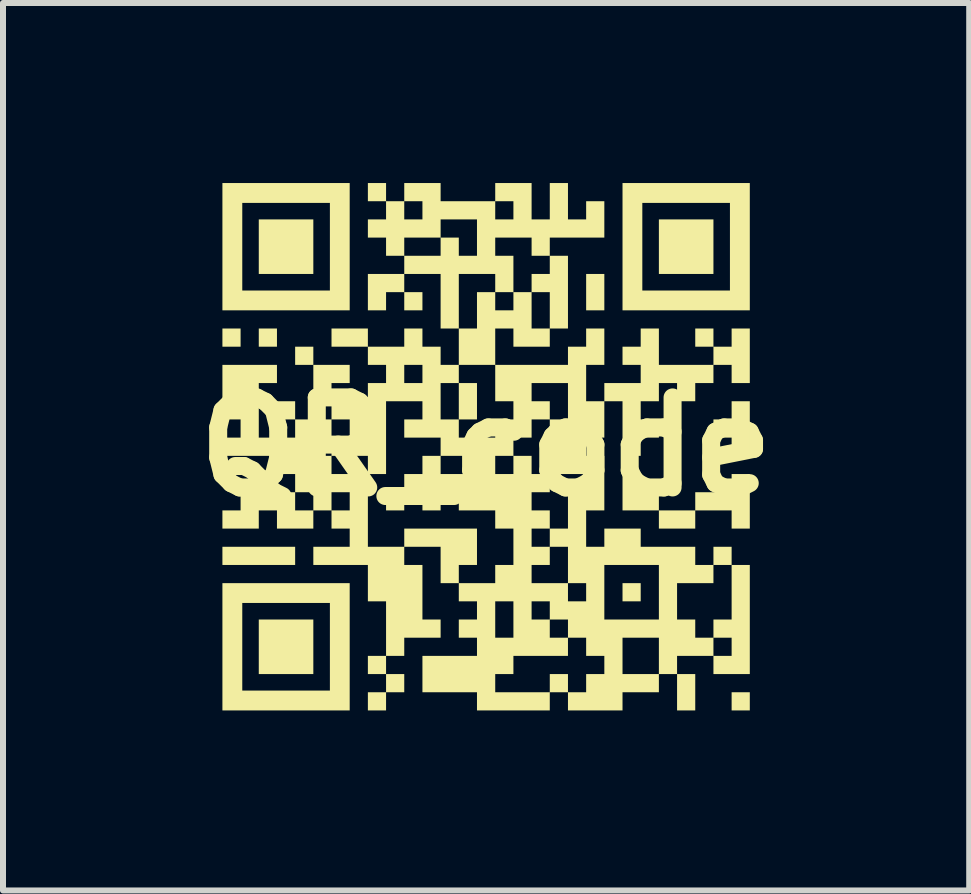
<source format=kicad_pcb>
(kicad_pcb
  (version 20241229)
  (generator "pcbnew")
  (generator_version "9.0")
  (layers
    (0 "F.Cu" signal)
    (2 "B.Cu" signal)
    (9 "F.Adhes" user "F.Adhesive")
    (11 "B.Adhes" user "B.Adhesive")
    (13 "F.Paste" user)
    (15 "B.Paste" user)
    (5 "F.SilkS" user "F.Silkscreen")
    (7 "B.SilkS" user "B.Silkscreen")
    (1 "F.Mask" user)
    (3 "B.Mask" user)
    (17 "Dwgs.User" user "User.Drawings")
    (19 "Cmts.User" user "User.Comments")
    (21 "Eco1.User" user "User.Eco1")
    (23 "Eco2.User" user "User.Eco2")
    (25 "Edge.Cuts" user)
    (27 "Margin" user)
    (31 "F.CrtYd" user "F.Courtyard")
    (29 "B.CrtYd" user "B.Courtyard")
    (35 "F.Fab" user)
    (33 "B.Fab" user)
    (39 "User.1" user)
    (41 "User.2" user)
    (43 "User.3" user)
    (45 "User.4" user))
  (footprint "QR_code"
    (layer "F.Cu")
    (at 5.05 4.394)
    (property "Reference" "QR_code" (at 0 0 0) (layer "F.SilkS") (effects (font (size 1.5 1.5) (thickness 0.3))))
    (attr board_only exclude_from_pos_files exclude_from_bom)
    (fp_poly (pts (xy -4.091 -1.818) (xy -4.091 -1.667) (xy -4.243 -1.667) (xy -4.394 -1.667) (xy -4.394 -1.818) (xy -4.394 -1.97) (xy -4.243 -1.97) (xy -4.091 -1.97)) (stroke (width 0) (type solid)) (fill yes) (layer "F.SilkS"))
    (fp_poly (pts (xy -3.485 -1.818) (xy -3.485 -1.667) (xy -3.636 -1.667) (xy -3.788 -1.667) (xy -3.788 -1.818) (xy -3.788 -1.97) (xy -3.636 -1.97) (xy -3.485 -1.97)) (stroke (width 0) (type solid)) (fill yes) (layer "F.SilkS"))
    (fp_poly (pts (xy -3.182 1.818) (xy -3.182 1.97) (xy -3.788 1.97) (xy -4.394 1.97) (xy -4.394 1.818) (xy -4.394 1.667) (xy -3.788 1.667) (xy -3.182 1.667)) (stroke (width 0) (type solid)) (fill yes) (layer "F.SilkS"))
    (fp_poly (pts (xy -2.879 -3.333) (xy -2.879 -2.879) (xy -3.333 -2.879) (xy -3.788 -2.879) (xy -3.788 -3.333) (xy -3.788 -3.788) (xy -3.333 -3.788) (xy -2.879 -3.788)) (stroke (width 0) (type solid)) (fill yes) (layer "F.SilkS"))
    (fp_poly (pts (xy -2.879 -1.515) (xy -2.879 -1.364) (xy -3.03 -1.364) (xy -3.182 -1.364) (xy -3.182 -1.515) (xy -3.182 -1.667) (xy -3.03 -1.667) (xy -2.879 -1.667)) (stroke (width 0) (type solid)) (fill yes) (layer "F.SilkS"))
    (fp_poly (pts (xy -2.879 3.333) (xy -2.879 3.788) (xy -3.333 3.788) (xy -3.788 3.788) (xy -3.788 3.333) (xy -3.788 2.879) (xy -3.333 2.879) (xy -2.879 2.879)) (stroke (width 0) (type solid)) (fill yes) (layer "F.SilkS"))
    (fp_poly (pts (xy -1.364 0.909) (xy -1.364 1.061) (xy -1.515 1.061) (xy -1.667 1.061) (xy -1.667 0.909) (xy -1.667 0.758) (xy -1.515 0.758) (xy -1.364 0.758)) (stroke (width 0) (type solid)) (fill yes) (layer "F.SilkS"))
    (fp_poly (pts (xy -1.061 -2.424) (xy -1.061 -2.273) (xy -1.212 -2.273) (xy -1.364 -2.273) (xy -1.364 -2.424) (xy -1.364 -2.576) (xy -1.212 -2.576) (xy -1.061 -2.576)) (stroke (width 0) (type solid)) (fill yes) (layer "F.SilkS"))
    (fp_poly (pts (xy -0.152 -0.758) (xy -0.152 -0.455) (xy -0.303 -0.455) (xy -0.455 -0.455) (xy -0.455 -0.758) (xy -0.455 -1.061) (xy -0.303 -1.061) (xy -0.152 -1.061)) (stroke (width 0) (type solid)) (fill yes) (layer "F.SilkS"))
    (fp_poly (pts (xy 1.97 -2.576) (xy 1.97 -2.273) (xy 1.818 -2.273) (xy 1.667 -2.273) (xy 1.667 -2.576) (xy 1.667 -2.879) (xy 1.818 -2.879) (xy 1.97 -2.879)) (stroke (width 0) (type solid)) (fill yes) (layer "F.SilkS"))
    (fp_poly (pts (xy 2.576 2.424) (xy 2.576 2.576) (xy 2.424 2.576) (xy 2.273 2.576) (xy 2.273 2.424) (xy 2.273 2.273) (xy 2.424 2.273) (xy 2.576 2.273)) (stroke (width 0) (type solid)) (fill yes) (layer "F.SilkS"))
    (fp_poly (pts (xy 3.485 4.091) (xy 3.485 4.394) (xy 3.333 4.394) (xy 3.182 4.394) (xy 3.182 4.091) (xy 3.182 3.788) (xy 3.333 3.788) (xy 3.485 3.788)) (stroke (width 0) (type solid)) (fill yes) (layer "F.SilkS"))
    (fp_poly (pts (xy 3.788 -3.333) (xy 3.788 -2.879) (xy 3.333 -2.879) (xy 2.879 -2.879) (xy 2.879 -3.333) (xy 2.879 -3.788) (xy 3.333 -3.788) (xy 3.788 -3.788)) (stroke (width 0) (type solid)) (fill yes) (layer "F.SilkS"))
    (fp_poly (pts (xy 4.394 4.243) (xy 4.394 4.394) (xy 4.243 4.394) (xy 4.091 4.394) (xy 4.091 4.243) (xy 4.091 4.091) (xy 4.243 4.091) (xy 4.394 4.091)) (stroke (width 0) (type solid)) (fill yes) (layer "F.SilkS"))
    (fp_poly (pts (xy -1.364 3.939) (xy -1.364 4.091) (xy -1.515 4.091) (xy -1.667 4.091) (xy -1.667 4.243) (xy -1.667 4.394) (xy -1.818 4.394) (xy -1.97 4.394) (xy -1.97 4.243) (xy -1.97 4.091) (xy -1.818 4.091) (xy -1.667 4.091) (xy -1.667 3.939) (xy -1.667 3.788) (xy -1.515 3.788) (xy -1.364 3.788)) (stroke (width 0) (type solid)) (fill yes) (layer "F.SilkS"))
    (fp_poly (pts (xy 4.394 -0.303) (xy 4.394 0.152) (xy 4.243 0.152) (xy 4.091 0.152) (xy 4.091 0) (xy 4.091 -0.152) (xy 3.939 -0.152) (xy 3.788 -0.152) (xy 3.788 -0.303) (xy 3.788 -0.455) (xy 3.939 -0.455) (xy 4.091 -0.455) (xy 4.091 -0.606) (xy 4.091 -0.758) (xy 4.243 -0.758) (xy 4.394 -0.758)) (stroke (width 0) (type solid)) (fill yes) (layer "F.SilkS"))
    (fp_poly (pts (xy -2.273 -3.333) (xy -2.273 -2.273) (xy -3.333 -2.273) (xy -4.394 -2.273) (xy -4.394 -3.333) (xy -4.063 -3.333) (xy -4.063 -2.603) (xy -3.333 -2.603) (xy -2.603 -2.603) (xy -2.603 -3.333) (xy -2.603 -4.063) (xy -3.333 -4.063) (xy -4.063 -4.063) (xy -4.063 -3.333) (xy -4.394 -3.333) (xy -4.394 -4.394) (xy -3.333 -4.394) (xy -2.273 -4.394)) (stroke (width 0) (type solid)) (fill yes) (layer "F.SilkS"))
    (fp_poly (pts (xy -2.273 3.333) (xy -2.273 4.394) (xy -3.333 4.394) (xy -4.394 4.394) (xy -4.394 3.333) (xy -4.063 3.333) (xy -4.063 4.063) (xy -3.333 4.063) (xy -2.603 4.063) (xy -2.603 3.333) (xy -2.603 2.603) (xy -3.333 2.603) (xy -4.063 2.603) (xy -4.063 3.333) (xy -4.394 3.333) (xy -4.394 2.273) (xy -3.333 2.273) (xy -2.273 2.273)) (stroke (width 0) (type solid)) (fill yes) (layer "F.SilkS"))
    (fp_poly (pts (xy 4.394 -3.333) (xy 4.394 -2.273) (xy 3.333 -2.273) (xy 2.273 -2.273) (xy 2.273 -3.333) (xy 2.603 -3.333) (xy 2.603 -2.603) (xy 3.333 -2.603) (xy 4.063 -2.603) (xy 4.063 -3.333) (xy 4.063 -4.063) (xy 3.333 -4.063) (xy 2.603 -4.063) (xy 2.603 -3.333) (xy 2.273 -3.333) (xy 2.273 -4.394) (xy 3.333 -4.394) (xy 4.394 -4.394)) (stroke (width 0) (type solid)) (fill yes) (layer "F.SilkS"))
    (fp_poly (pts (xy 2.576 0.606) (xy 2.576 0.758) (xy 2.727 0.758) (xy 2.879 0.758) (xy 2.879 0.909) (xy 2.879 1.061) (xy 3.182 1.061) (xy 3.485 1.061) (xy 3.485 0.909) (xy 3.485 0.758) (xy 3.788 0.758) (xy 4.091 0.758) (xy 4.091 0.606) (xy 4.091 0.455) (xy 4.243 0.455) (xy 4.394 0.455) (xy 4.394 0.909) (xy 4.394 1.364) (xy 4.243 1.364) (xy 4.091 1.364) (xy 4.091 1.212) (xy 4.091 1.061) (xy 3.788 1.061) (xy 3.485 1.061) (xy 3.485 1.212) (xy 3.485 1.364) (xy 3.182 1.364) (xy 2.879 1.364) (xy 2.879 1.212) (xy 2.879 1.061) (xy 2.576 1.061) (xy 2.273 1.061) (xy 2.273 0.758) (xy 2.273 0.455) (xy 2.424 0.455) (xy 2.576 0.455)) (stroke (width 0) (type solid)) (fill yes) (layer "F.SilkS"))
    (fp_poly (pts (xy -1.667 -4.243) (xy -1.667 -4.091) (xy -1.515 -4.091) (xy -1.364 -4.091) (xy -1.364 -4.243) (xy -1.364 -4.394) (xy -1.061 -4.394) (xy -0.758 -4.394) (xy -0.758 -4.243) (xy -0.758 -4.091) (xy -0.303 -4.091) (xy 0.152 -4.091) (xy 0.152 -4.243) (xy 0.152 -4.394) (xy 0.455 -4.394) (xy 0.758 -4.394) (xy 0.758 -4.091) (xy 0.758 -3.788) (xy 0.909 -3.788) (xy 1.061 -3.788) (xy 1.061 -4.091) (xy 1.061 -4.394) (xy 1.212 -4.394) (xy 1.364 -4.394) (xy 1.364 -4.091) (xy 1.364 -3.788) (xy 1.515 -3.788) (xy 1.667 -3.788) (xy 1.667 -3.939) (xy 1.667 -4.091) (xy 1.818 -4.091) (xy 1.97 -4.091) (xy 1.97 -3.788) (xy 1.97 -3.485) (xy 1.515 -3.485) (xy 1.061 -3.485) (xy 1.061 -3.333) (xy 1.061 -3.182) (xy 0.909 -3.182) (xy 0.758 -3.182) (xy 0.758 -3.333) (xy 0.758 -3.485) (xy 0.455 -3.485) (xy 0.152 -3.485) (xy 0.152 -3.333) (xy 0.152 -3.182) (xy 0.303 -3.182) (xy 0.455 -3.182) (xy 0.455 -2.879) (xy 0.455 -2.576) (xy 0.303 -2.576) (xy 0.152 -2.576) (xy 0.152 -2.727) (xy 0.152 -2.879) (xy -0.152 -2.879) (xy -0.455 -2.879) (xy -0.455 -2.424) (xy -0.455 -1.97) (xy -0.303 -1.97) (xy -0.152 -1.97) (xy -0.152 -2.273) (xy -0.152 -2.576) (xy 0 -2.576) (xy 0.152 -2.576) (xy 0.152 -2.424) (xy 0.152 -2.273) (xy 0.303 -2.273) (xy 0.455 -2.273) (xy 0.758 -2.273) (xy 0.758 -1.97) (xy 0.909 -1.97) (xy 1.061 -1.97) (xy 1.061 -2.273) (xy 1.061 -2.576) (xy 0.909 -2.576) (xy 0.758 -2.576) (xy 0.758 -2.273) (xy 0.455 -2.273) (xy 0.455 -2.424) (xy 0.455 -2.576) (xy 0.606 -2.576) (xy 0.758 -2.576) (xy 0.758 -2.727) (xy 0.758 -2.879) (xy 0.909 -2.879) (xy 1.061 -2.879) (xy 1.061 -3.03) (xy 1.061 -3.182) (xy 1.212 -3.182) (xy 1.364 -3.182) (xy 1.364 -2.576) (xy 1.364 -1.97) (xy 1.212 -1.97) (xy 1.061 -1.97) (xy 1.061 -1.818) (xy 1.061 -1.667) (xy 0.758 -1.667) (xy 0.455 -1.667) (xy 0.455 -1.818) (xy 0.455 -1.97) (xy 0.303 -1.97) (xy 0.152 -1.97) (xy 0.152 -1.667) (xy 0.152 -1.364) (xy 0.758 -1.364) (xy 1.364 -1.364) (xy 1.364 -1.515) (xy 1.364 -1.667) (xy 1.515 -1.667) (xy 1.667 -1.667) (xy 1.667 -1.818) (xy 1.667 -1.97) (xy 1.818 -1.97) (xy 1.97 -1.97) (xy 1.97 -1.667) (xy 1.97 -1.364) (xy 1.818 -1.364) (xy 1.667 -1.364) (xy 1.667 -1.061) (xy 1.667 -0.758) (xy 1.818 -0.758) (xy 1.97 -0.758) (xy 1.97 -0.909) (xy 1.97 -1.061) (xy 2.273 -1.061) (xy 2.576 -1.061) (xy 2.576 -1.212) (xy 2.576 -1.364) (xy 2.424 -1.364) (xy 2.273 -1.364) (xy 2.273 -1.515) (xy 2.273 -1.667) (xy 2.424 -1.667) (xy 2.576 -1.667) (xy 2.576 -1.818) (xy 2.576 -1.97) (xy 2.727 -1.97) (xy 2.879 -1.97) (xy 2.879 -1.667) (xy 2.879 -1.364) (xy 3.333 -1.364) (xy 3.788 -1.364) (xy 3.788 -1.515) (xy 3.788 -1.667) (xy 3.636 -1.667) (xy 3.485 -1.667) (xy 3.485 -1.818) (xy 3.485 -1.97) (xy 3.636 -1.97) (xy 3.788 -1.97) (xy 3.788 -1.818) (xy 3.788 -1.667) (xy 3.939 -1.667) (xy 4.091 -1.667) (xy 4.091 -1.818) (xy 4.091 -1.97) (xy 4.243 -1.97) (xy 4.394 -1.97) (xy 4.394 -1.515) (xy 4.394 -1.061) (xy 4.243 -1.061) (xy 4.091 -1.061) (xy 4.091 -1.212) (xy 4.091 -1.364) (xy 3.939 -1.364) (xy 3.788 -1.364) (xy 3.788 -1.212) (xy 3.788 -1.061) (xy 3.636 -1.061) (xy 3.485 -1.061) (xy 3.485 -0.909) (xy 3.485 -0.758) (xy 3.333 -0.758) (xy 3.182 -0.758) (xy 3.182 -0.909) (xy 3.182 -1.061) (xy 3.03 -1.061) (xy 2.879 -1.061) (xy 2.879 -0.909) (xy 2.879 -0.758) (xy 2.727 -0.758) (xy 2.576 -0.758) (xy 2.576 -0.606) (xy 2.576 -0.455) (xy 2.727 -0.455) (xy 2.879 -0.455) (xy 2.879 -0.303) (xy 2.879 -0.152) (xy 2.727 -0.152) (xy 2.576 -0.152) (xy 2.576 0) (xy 2.576 0.152) (xy 2.424 0.152) (xy 2.273 0.152) (xy 2.273 -0.303) (xy 2.273 -0.758) (xy 2.121 -0.758) (xy 1.97 -0.758) (xy 1.97 -0.455) (xy 1.97 -0.152) (xy 1.818 -0.152) (xy 1.667 -0.152) (xy 1.667 0) (xy 1.667 0.152) (xy 1.818 0.152) (xy 1.97 0.152) (xy 1.97 0.606) (xy 1.97 1.061) (xy 1.818 1.061) (xy 1.667 1.061) (xy 1.667 1.364) (xy 1.667 1.667) (xy 1.818 1.667) (xy 1.97 1.667) (xy 1.97 1.515) (xy 1.97 1.364) (xy 2.273 1.364) (xy 2.576 1.364) (xy 2.576 1.515) (xy 2.576 1.667) (xy 3.03 1.667) (xy 3.485 1.667) (xy 3.485 1.818) (xy 3.485 1.97) (xy 3.636 1.97) (xy 3.788 1.97) (xy 3.788 1.818) (xy 3.788 1.667) (xy 3.939 1.667) (xy 4.091 1.667) (xy 4.091 1.818) (xy 4.091 1.97) (xy 3.939 1.97) (xy 3.788 1.97) (xy 3.788 2.121) (xy 3.788 2.273) (xy 3.485 2.273) (xy 3.182 2.273) (xy 3.182 2.576) (xy 3.182 2.879) (xy 3.333 2.879) (xy 3.485 2.879) (xy 3.485 3.03) (xy 3.485 3.182) (xy 3.636 3.182) (xy 3.788 3.182) (xy 3.788 3.03) (xy 3.788 2.879) (xy 3.939 2.879) (xy 4.091 2.879) (xy 4.091 2.424) (xy 4.091 1.97) (xy 4.243 1.97) (xy 4.394 1.97) (xy 4.394 2.879) (xy 4.394 3.788) (xy 4.091 3.788) (xy 3.788 3.788) (xy 3.788 3.636) (xy 3.788 3.485) (xy 3.485 3.485) (xy 3.182 3.485) (xy 3.182 3.636) (xy 3.182 3.788) (xy 3.03 3.788) (xy 2.879 3.788) (xy 2.879 3.939) (xy 2.879 4.091) (xy 2.576 4.091) (xy 2.273 4.091) (xy 2.273 4.243) (xy 2.273 4.394) (xy 1.818 4.394) (xy 1.364 4.394) (xy 1.364 4.243) (xy 1.364 4.091) (xy 1.212 4.091) (xy 1.061 4.091) (xy 1.061 4.243) (xy 1.061 4.394) (xy 0.455 4.394) (xy -0.152 4.394) (xy -0.152 4.243) (xy -0.152 4.091) (xy -0.606 4.091) (xy -1.061 4.091) (xy -1.061 3.788) (xy 0.152 3.788) (xy 0.152 3.939) (xy 0.152 4.091) (xy 0.606 4.091) (xy 1.061 4.091) (xy 1.061 3.939) (xy 1.061 3.788) (xy 1.212 3.788) (xy 1.364 3.788) (xy 1.364 3.939) (xy 1.364 4.091) (xy 1.515 4.091) (xy 1.667 4.091) (xy 1.667 3.939) (xy 1.667 3.788) (xy 1.818 3.788) (xy 1.97 3.788) (xy 1.97 3.636) (xy 1.97 3.485) (xy 2.273 3.485) (xy 2.273 3.788) (xy 2.576 3.788) (xy 2.879 3.788) (xy 2.879 3.485) (xy 2.879 3.333) (xy 3.788 3.333) (xy 3.788 3.485) (xy 3.939 3.485) (xy 4.091 3.485) (xy 4.091 3.333) (xy 4.091 3.182) (xy 3.939 3.182) (xy 3.788 3.182) (xy 3.788 3.333) (xy 2.879 3.333) (xy 2.879 3.182) (xy 2.576 3.182) (xy 2.273 3.182) (xy 2.273 3.485) (xy 1.97 3.485) (xy 1.818 3.485) (xy 1.667 3.485) (xy 1.667 3.333) (xy 1.667 3.182) (xy 1.515 3.182) (xy 1.364 3.182) (xy 1.364 3.333) (xy 1.364 3.485) (xy 0.909 3.485) (xy 0.455 3.485) (xy 0.455 3.636) (xy 0.455 3.788) (xy 0.303 3.788) (xy 0.152 3.788) (xy -1.061 3.788) (xy -1.061 3.485) (xy -0.606 3.485) (xy -0.152 3.485) (xy -0.152 3.333) (xy -0.152 3.182) (xy -0.303 3.182) (xy -0.455 3.182) (xy -0.455 3.03) (xy -0.455 2.879) (xy -0.303 2.879) (xy -0.152 2.879) (xy 0.152 2.879) (xy 0.152 3.182) (xy 0.303 3.182) (xy 0.455 3.182) (xy 0.455 3.03) (xy 1.061 3.03) (xy 1.061 3.182) (xy 1.212 3.182) (xy 1.364 3.182) (xy 1.364 3.03) (xy 1.364 2.879) (xy 1.212 2.879) (xy 1.061 2.879) (xy 1.061 3.03) (xy 0.455 3.03) (xy 0.455 2.879) (xy 0.455 2.727) (xy 0.758 2.727) (xy 0.758 2.879) (xy 0.909 2.879) (xy 1.061 2.879) (xy 1.061 2.727) (xy 1.061 2.576) (xy 0.909 2.576) (xy 0.758 2.576) (xy 0.758 2.727) (xy 0.455 2.727) (xy 0.455 2.576) (xy 0.303 2.576) (xy 0.152 2.576) (xy 0.152 2.879) (xy -0.152 2.879) (xy -0.152 2.727) (xy -0.152 2.576) (xy -0.303 2.576) (xy -0.455 2.576) (xy -0.455 2.424) (xy 1.364 2.424) (xy 1.364 2.576) (xy 1.515 2.576) (xy 1.667 2.576) (xy 1.667 2.424) (xy 1.97 2.424) (xy 1.97 2.879) (xy 2.424 2.879) (xy 2.879 2.879) (xy 2.879 2.424) (xy 2.879 1.97) (xy 2.424 1.97) (xy 1.97 1.97) (xy 1.97 2.424) (xy 1.667 2.424) (xy 1.667 2.273) (xy 1.515 2.273) (xy 1.364 2.273) (xy 1.364 2.424) (xy -0.455 2.424) (xy -0.455 2.273) (xy -0.606 2.273) (xy -0.758 2.273) (xy -0.758 1.97) (xy -0.758 1.667) (xy -1.061 1.667) (xy -1.364 1.667) (xy -1.364 1.818) (xy -1.364 1.97) (xy -1.212 1.97) (xy -1.061 1.97) (xy -1.061 2.424) (xy -1.061 2.879) (xy -0.909 2.879) (xy -0.758 2.879) (xy -0.758 3.03) (xy -0.758 3.182) (xy -1.061 3.182) (xy -1.364 3.182) (xy -1.364 3.333) (xy -1.364 3.485) (xy -1.515 3.485) (xy -1.667 3.485) (xy -1.667 3.636) (xy -1.667 3.788) (xy -1.818 3.788) (xy -1.97 3.788) (xy -1.97 3.636) (xy -1.97 3.485) (xy -1.818 3.485) (xy -1.667 3.485) (xy -1.667 3.03) (xy -1.667 2.576) (xy -1.818 2.576) (xy -1.97 2.576) (xy -1.97 2.273) (xy -1.97 1.97) (xy -2.424 1.97) (xy -2.879 1.97) (xy -2.879 1.818) (xy -2.879 1.667) (xy -2.576 1.667) (xy -2.273 1.667) (xy -2.273 1.515) (xy -2.273 1.364) (xy -2.424 1.364) (xy -2.576 1.364) (xy -2.576 1.212) (xy -2.576 1.061) (xy -2.727 1.061) (xy -2.879 1.061) (xy -2.879 1.212) (xy -2.879 1.364) (xy -3.182 1.364) (xy -3.485 1.364) (xy -3.485 1.212) (xy -3.485 1.061) (xy -3.636 1.061) (xy -3.788 1.061) (xy -3.788 1.212) (xy -3.788 1.364) (xy -4.091 1.364) (xy -4.394 1.364) (xy -4.394 1.212) (xy -4.394 1.061) (xy -4.243 1.061) (xy -4.091 1.061) (xy -4.091 0.909) (xy -3.182 0.909) (xy -3.182 1.061) (xy -3.03 1.061) (xy -2.879 1.061) (xy -2.879 0.909) (xy -2.576 0.909) (xy -2.576 1.061) (xy -2.424 1.061) (xy -2.273 1.061) (xy -2.273 0.909) (xy -2.273 0.758) (xy -2.424 0.758) (xy -2.576 0.758) (xy -2.576 0.909) (xy -2.879 0.909) (xy -2.879 0.758) (xy -3.03 0.758) (xy -3.182 0.758) (xy -3.182 0.909) (xy -4.091 0.909) (xy -4.091 0.758) (xy -3.636 0.758) (xy -3.182 0.758) (xy -3.182 0.606) (xy -3.182 0.455) (xy -3.333 0.455) (xy -3.485 0.455) (xy -3.485 0.303) (xy -3.485 0.152) (xy -3.939 0.152) (xy -4.394 0.152) (xy -4.394 0) (xy -4.394 -0.152) (xy -4.243 -0.152) (xy -4.091 -0.152) (xy -4.091 -0.303) (xy -4.091 -0.455) (xy -4.243 -0.455) (xy -4.394 -0.455) (xy -4.394 -0.909) (xy -4.394 -1.364) (xy -3.939 -1.364) (xy -3.485 -1.364) (xy -3.485 -1.212) (xy -3.485 -1.061) (xy -3.636 -1.061) (xy -3.788 -1.061) (xy -3.788 -0.606) (xy -3.788 -0.152) (xy -3.485 -0.152) (xy -3.182 -0.152) (xy -2.879 -0.152) (xy -2.879 0) (xy -2.879 0.152) (xy -2.727 0.152) (xy -2.576 0.152) (xy -2.576 0.303) (xy -2.576 0.455) (xy -2.273 0.455) (xy -1.97 0.455) (xy -1.97 1.061) (xy -1.97 1.667) (xy -1.667 1.667) (xy -1.364 1.667) (xy -1.364 1.515) (xy -1.364 1.364) (xy -0.758 1.364) (xy -0.152 1.364) (xy -0.152 1.667) (xy -0.152 1.97) (xy -0.303 1.97) (xy -0.455 1.97) (xy -0.455 2.121) (xy -0.455 2.273) (xy -0.152 2.273) (xy 0.152 2.273) (xy 0.152 2.121) (xy 0.152 1.97) (xy 0.303 1.97) (xy 0.455 1.97) (xy 0.758 1.97) (xy 0.758 2.121) (xy 0.758 2.273) (xy 1.061 2.273) (xy 1.364 2.273) (xy 1.364 1.97) (xy 1.364 1.667) (xy 1.212 1.667) (xy 1.061 1.667) (xy 1.061 1.818) (xy 1.061 1.97) (xy 0.909 1.97) (xy 0.758 1.97) (xy 0.455 1.97) (xy 0.455 1.667) (xy 0.455 1.364) (xy 0.303 1.364) (xy 0.152 1.364) (xy 0.152 1.212) (xy 0.152 1.061) (xy -0.152 1.061) (xy -0.455 1.061) (xy -0.455 0.909) (xy -0.455 0.758) (xy 0.758 0.758) (xy 0.758 0.909) (xy 0.758 1.061) (xy 0.909 1.061) (xy 1.061 1.061) (xy 1.061 1.212) (xy 1.061 1.364) (xy 0.909 1.364) (xy 0.758 1.364) (xy 0.758 1.515) (xy 0.758 1.667) (xy 0.909 1.667) (xy 1.061 1.667) (xy 1.061 1.515) (xy 1.061 1.364) (xy 1.212 1.364) (xy 1.364 1.364) (xy 1.364 1.061) (xy 1.364 0.758) (xy 1.515 0.758) (xy 1.667 0.758) (xy 1.667 0.606) (xy 1.667 0.455) (xy 1.364 0.455) (xy 1.061 0.455) (xy 1.061 0.606) (xy 1.061 0.758) (xy 0.909 0.758) (xy 0.758 0.758) (xy -0.455 0.758) (xy -0.606 0.758) (xy -0.758 0.758) (xy -0.758 0.909) (xy -0.758 1.061) (xy -0.909 1.061) (xy -1.061 1.061) (xy -1.061 0.909) (xy -1.061 0.758) (xy -1.212 0.758) (xy -1.364 0.758) (xy -1.364 0.606) (xy -1.364 0.455) (xy -1.212 0.455) (xy -1.061 0.455) (xy -1.061 0.303) (xy -0.758 0.303) (xy -0.758 0.455) (xy -0.455 0.455) (xy -0.152 0.455) (xy -0.152 0.303) (xy -0.152 0.152) (xy 0.152 0.152) (xy 0.152 0.303) (xy 0.152 0.455) (xy 0.303 0.455) (xy 0.455 0.455) (xy 0.455 0.303) (xy 0.455 0.152) (xy 0.606 0.152) (xy 0.758 0.152) (xy 0.758 0.303) (xy 0.758 0.455) (xy 0.909 0.455) (xy 1.061 0.455) (xy 1.061 0) (xy 1.061 -0.455) (xy 1.212 -0.455) (xy 1.364 -0.455) (xy 1.364 -0.758) (xy 1.364 -1.061) (xy 1.061 -1.061) (xy 0.758 -1.061) (xy 0.758 -0.909) (xy 0.758 -0.758) (xy 0.909 -0.758) (xy 1.061 -0.758) (xy 1.061 -0.606) (xy 1.061 -0.455) (xy 0.909 -0.455) (xy 0.758 -0.455) (xy 0.758 -0.303) (xy 0.758 -0.152) (xy 0.606 -0.152) (xy 0.455 -0.152) (xy 0.455 0) (xy 0.455 0.152) (xy 0.303 0.152) (xy 0.152 0.152) (xy -0.152 0.152) (xy -0.455 0.152) (xy -0.758 0.152) (xy -0.758 0.303) (xy -1.061 0.303) (xy -1.061 0.152) (xy -0.909 0.152) (xy -0.758 0.152) (xy -0.758 0) (xy -0.758 -0.152) (xy -1.061 -0.152) (xy -1.364 -0.152) (xy -1.364 -0.303) (xy -1.364 -0.455) (xy -1.212 -0.455) (xy -1.061 -0.455) (xy -1.061 -0.606) (xy -1.061 -0.758) (xy -1.364 -0.758) (xy -1.667 -0.758) (xy -1.667 -0.152) (xy -1.667 0.455) (xy -1.818 0.455) (xy -1.97 0.455) (xy -1.97 0.303) (xy -1.97 0.152) (xy -2.273 0.152) (xy -2.576 0.152) (xy -2.576 0) (xy -2.576 -0.152) (xy -2.424 -0.152) (xy -2.273 -0.152) (xy -2.273 -0.303) (xy -2.273 -0.455) (xy -2.424 -0.455) (xy -2.576 -0.455) (xy -2.576 -0.303) (xy -2.576 -0.152) (xy -2.727 -0.152) (xy -2.879 -0.152) (xy -3.182 -0.152) (xy -3.182 -0.303) (xy -3.182 -0.455) (xy -3.333 -0.455) (xy -3.485 -0.455) (xy -3.485 -0.606) (xy -3.485 -0.758) (xy -3.333 -0.758) (xy -3.182 -0.758) (xy -3.182 -0.606) (xy -3.182 -0.455) (xy -2.879 -0.455) (xy -2.576 -0.455) (xy -2.576 -0.606) (xy -2.576 -0.758) (xy -2.727 -0.758) (xy -2.879 -0.758) (xy -2.879 -1.061) (xy -2.879 -1.364) (xy -2.576 -1.364) (xy -2.273 -1.364) (xy -2.273 -1.212) (xy -2.273 -1.061) (xy -2.424 -1.061) (xy -2.576 -1.061) (xy -2.576 -0.909) (xy -2.576 -0.758) (xy -2.273 -0.758) (xy -1.97 -0.758) (xy -1.97 -0.909) (xy -1.97 -1.061) (xy -1.818 -1.061) (xy -1.667 -1.061) (xy -1.667 -1.212) (xy -1.364 -1.212) (xy -1.364 -1.061) (xy -1.212 -1.061) (xy -1.061 -1.061) (xy -0.758 -1.061) (xy -0.758 -0.758) (xy -0.758 -0.455) (xy -0.606 -0.455) (xy -0.455 -0.455) (xy -0.455 -0.303) (xy -0.455 -0.152) (xy -0.152 -0.152) (xy 0.152 -0.152) (xy 0.152 -0.303) (xy 0.152 -0.455) (xy 0.303 -0.455) (xy 0.455 -0.455) (xy 0.455 -0.606) (xy 0.455 -0.758) (xy 0.303 -0.758) (xy 0.152 -0.758) (xy 0.152 -1.061) (xy 0.152 -1.364) (xy -0.152 -1.364) (xy -0.455 -1.364) (xy -0.455 -1.212) (xy -0.455 -1.061) (xy -0.606 -1.061) (xy -0.758 -1.061) (xy -1.061 -1.061) (xy -1.061 -1.212) (xy -1.061 -1.364) (xy -1.212 -1.364) (xy -1.364 -1.364) (xy -1.364 -1.212) (xy -1.667 -1.212) (xy -1.667 -1.364) (xy -1.818 -1.364) (xy -1.97 -1.364) (xy -1.97 -1.515) (xy -1.97 -1.667) (xy -2.273 -1.667) (xy -2.576 -1.667) (xy -2.576 -1.818) (xy -2.576 -1.97) (xy -2.273 -1.97) (xy -1.97 -1.97) (xy -1.97 -1.818) (xy -1.97 -1.667) (xy -1.667 -1.667) (xy -1.364 -1.667) (xy -1.364 -1.818) (xy -1.364 -1.97) (xy -1.212 -1.97) (xy -1.061 -1.97) (xy -1.061 -1.818) (xy -1.061 -1.667) (xy -0.909 -1.667) (xy -0.758 -1.667) (xy -0.758 -1.515) (xy -0.758 -1.364) (xy -0.606 -1.364) (xy -0.455 -1.364) (xy -0.455 -1.667) (xy -0.455 -1.97) (xy -0.606 -1.97) (xy -0.758 -1.97) (xy -0.758 -2.424) (xy -0.758 -2.879) (xy -1.061 -2.879) (xy -1.364 -2.879) (xy -1.364 -2.727) (xy -1.364 -2.576) (xy -1.515 -2.576) (xy -1.667 -2.576) (xy -1.667 -2.424) (xy -1.667 -2.273) (xy -1.818 -2.273) (xy -1.97 -2.273) (xy -1.97 -2.576) (xy -1.97 -2.879) (xy -1.667 -2.879) (xy -1.364 -2.879) (xy -1.364 -3.03) (xy -1.364 -3.182) (xy -1.515 -3.182) (xy -1.667 -3.182) (xy -1.667 -3.333) (xy -1.667 -3.485) (xy -1.364 -3.485) (xy -1.364 -3.333) (xy -1.364 -3.182) (xy -1.061 -3.182) (xy -0.758 -3.182) (xy -0.758 -3.333) (xy -0.758 -3.485) (xy -0.606 -3.485) (xy -0.455 -3.485) (xy -0.455 -3.333) (xy -0.455 -3.182) (xy -0.303 -3.182) (xy -0.152 -3.182) (xy -0.152 -3.485) (xy -0.152 -3.788) (xy -0.455 -3.788) (xy -0.758 -3.788) (xy -0.758 -3.636) (xy -0.758 -3.485) (xy -1.061 -3.485) (xy -1.364 -3.485) (xy -1.667 -3.485) (xy -1.818 -3.485) (xy -1.97 -3.485) (xy -1.97 -3.636) (xy -1.97 -3.788) (xy -1.818 -3.788) (xy -1.667 -3.788) (xy -1.667 -3.939) (xy -1.364 -3.939) (xy -1.364 -3.788) (xy -1.212 -3.788) (xy -1.061 -3.788) (xy -1.061 -3.939) (xy 0.152 -3.939) (xy 0.152 -3.788) (xy 0.303 -3.788) (xy 0.455 -3.788) (xy 0.455 -3.939) (xy 0.455 -4.091) (xy 0.303 -4.091) (xy 0.152 -4.091) (xy 0.152 -3.939) (xy -1.061 -3.939) (xy -1.061 -4.091) (xy -1.212 -4.091) (xy -1.364 -4.091) (xy -1.364 -3.939) (xy -1.667 -3.939) (xy -1.667 -4.091) (xy -1.818 -4.091) (xy -1.97 -4.091) (xy -1.97 -4.243) (xy -1.97 -4.394) (xy -1.818 -4.394) (xy -1.667 -4.394)) (stroke (width 0) (type solid)) (fill yes) (layer "F.SilkS")))
  (gr_rect
    (start -3 -3)
    (end 13.1 11.788)
    (stroke (width 0.1) (type default))
    (fill no)
    (layer "Edge.Cuts")))
</source>
